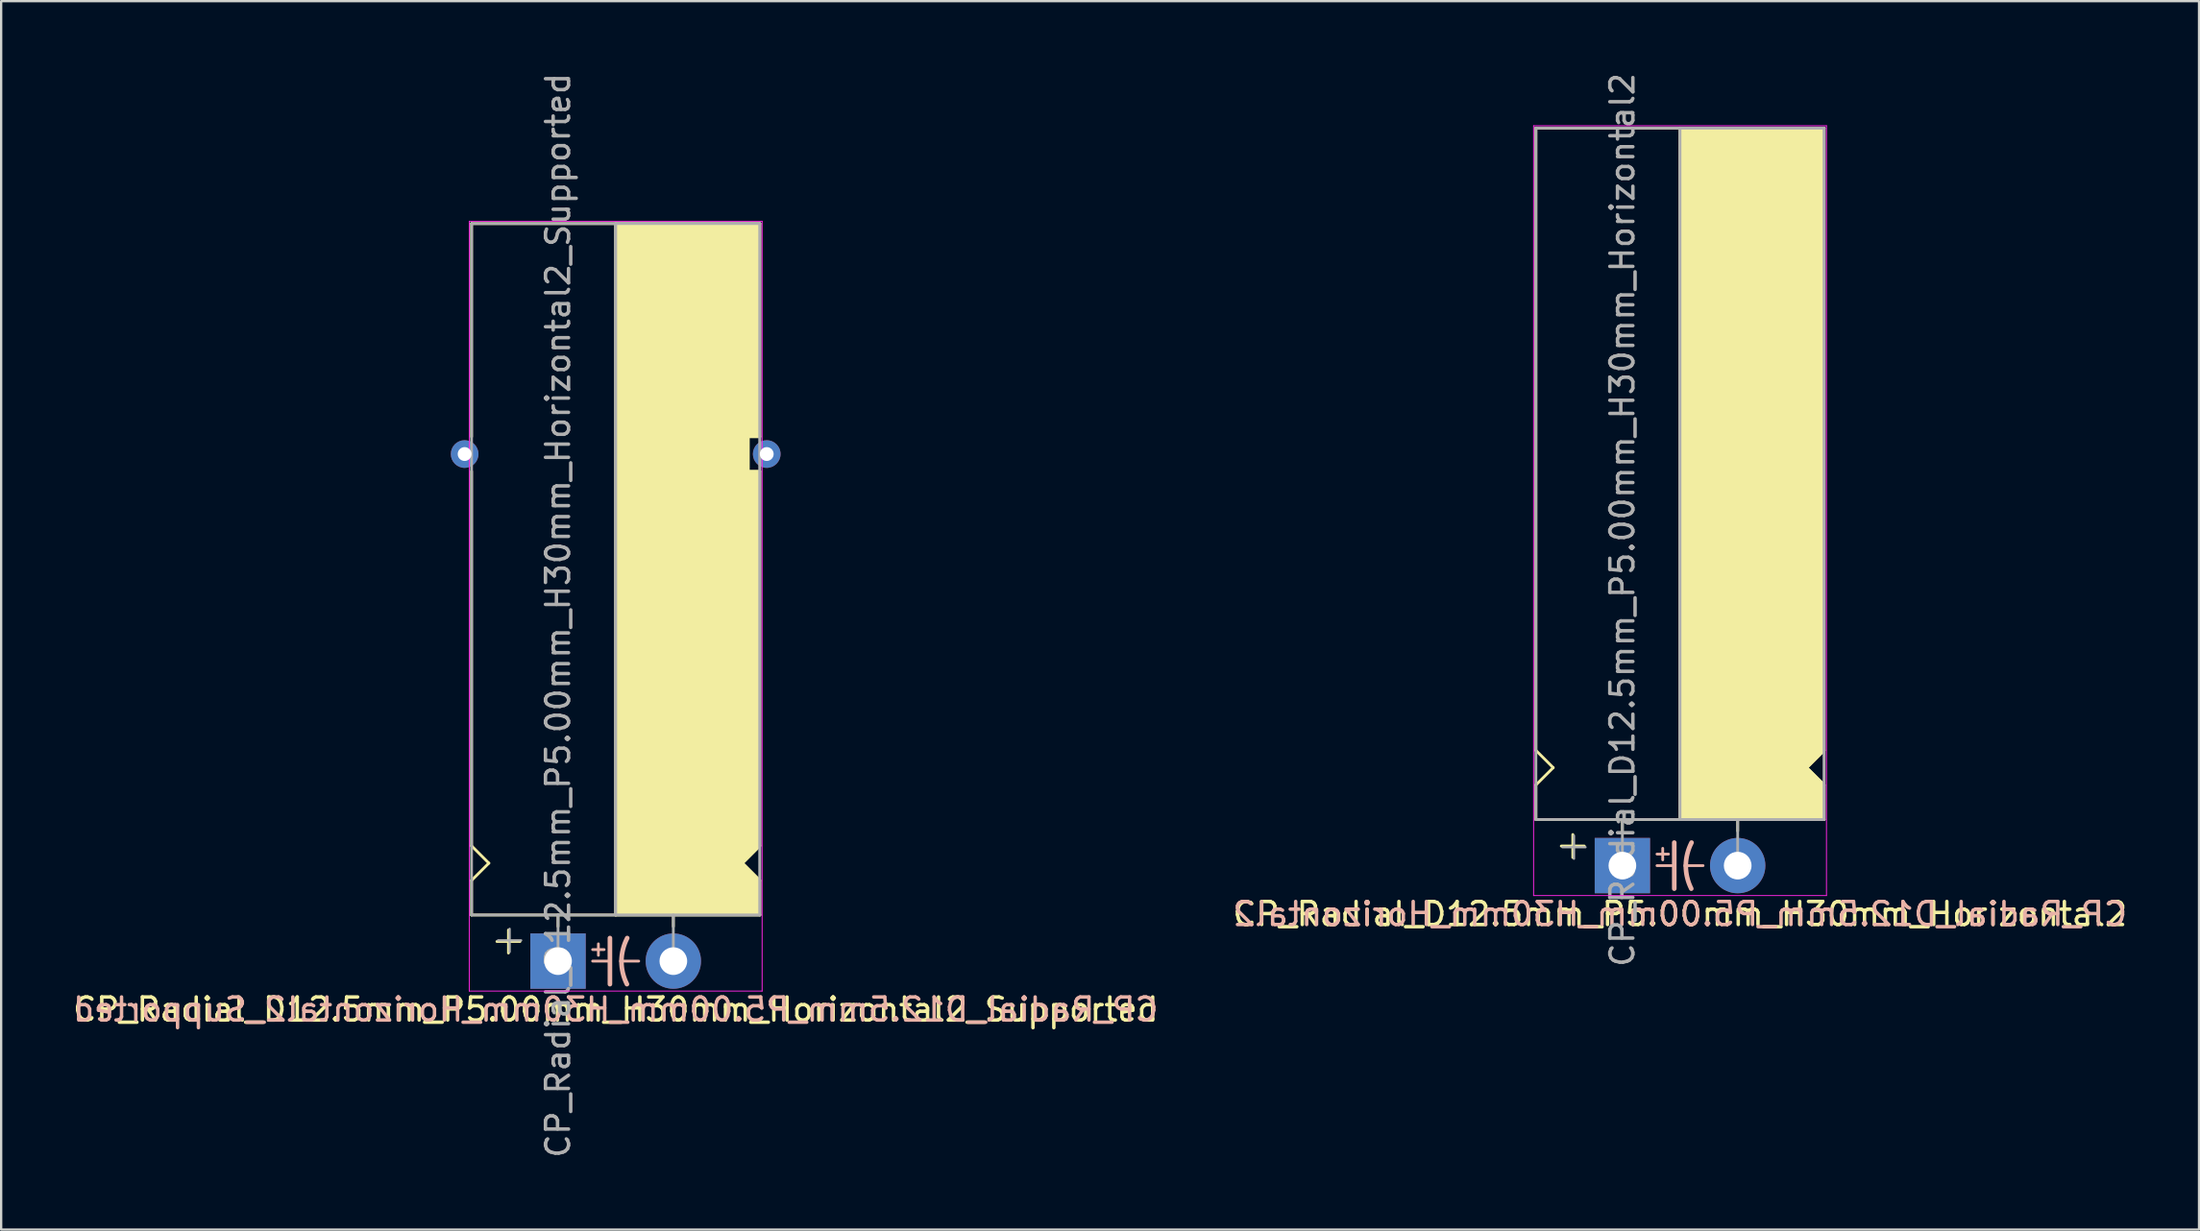
<source format=kicad_pcb>
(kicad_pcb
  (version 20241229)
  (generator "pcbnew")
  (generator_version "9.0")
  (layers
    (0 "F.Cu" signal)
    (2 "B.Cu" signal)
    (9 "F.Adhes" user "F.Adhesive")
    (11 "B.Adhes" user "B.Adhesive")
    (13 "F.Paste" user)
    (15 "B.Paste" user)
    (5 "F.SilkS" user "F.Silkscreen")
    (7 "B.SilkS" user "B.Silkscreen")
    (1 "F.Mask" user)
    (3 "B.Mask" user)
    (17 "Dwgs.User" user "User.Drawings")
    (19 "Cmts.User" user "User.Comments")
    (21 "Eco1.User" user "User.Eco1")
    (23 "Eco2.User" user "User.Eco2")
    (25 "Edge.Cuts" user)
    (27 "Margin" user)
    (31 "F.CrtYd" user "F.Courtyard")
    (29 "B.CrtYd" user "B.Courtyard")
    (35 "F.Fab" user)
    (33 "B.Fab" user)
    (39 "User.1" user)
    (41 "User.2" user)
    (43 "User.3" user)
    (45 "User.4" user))
  (footprint "CP_Radial_D12.5mm_P5.00mm_H30mm_Horizontal2_Supported"
    (layer "F.Cu")
    (at 21.149 38.649)
    (property "Reference" "CP_Radial_D12.5mm_P5.00mm_H30mm_Horizontal2_Supported" (at 2.5 2.1 180) (layer "F.SilkS") (effects (font (size 1 1) (thickness 0.15))))
    (fp_line (start -3.75 -32) (end -3.75 -22.75) (stroke (width 0.12) (type solid)) (layer "F.SilkS"))
    (fp_line (start -3.75 -5) (end -3.75 -21.25) (stroke (width 0.12) (type solid)) (layer "F.SilkS"))
    (fp_line (start -3.75 -3.5) (end -3 -4.25) (stroke (width 0.12) (type solid)) (layer "F.SilkS"))
    (fp_line (start -3.75 -2) (end -3.75 -3.5) (stroke (width 0.12) (type solid)) (layer "F.SilkS"))
    (fp_line (start -3 -4.25) (end -3.75 -5) (stroke (width 0.12) (type solid)) (layer "F.SilkS"))
    (fp_line (start -2.15 -1.35) (end -2.15 -0.35) (stroke (width 0.12) (type solid)) (layer "F.SilkS"))
    (fp_line (start -1.65 -0.85) (end -2.65 -0.85) (stroke (width 0.12) (type solid)) (layer "F.SilkS"))
    (fp_line (start 0 -1.5) (end 0 -2) (stroke (width 0.12) (type solid)) (layer "F.SilkS"))
    (fp_line (start 2.5 -2) (end -3.75 -2) (stroke (width 0.12) (type solid)) (layer "F.SilkS"))
    (fp_line (start 2.5 -2) (end 2.5 -32) (stroke (width 0.12) (type solid)) (layer "F.SilkS"))
    (fp_line (start 2.5 -2) (end 8.75 -2) (stroke (width 0.12) (type solid)) (layer "F.SilkS"))
    (fp_line (start 5 -1.5) (end 5 -2) (stroke (width 0.12) (type solid)) (layer "F.SilkS"))
    (fp_line (start 8 -4.25) (end 8.75 -5) (stroke (width 0.12) (type solid)) (layer "F.SilkS"))
    (fp_line (start 8.25 -22.75) (end 8.25 -21.25) (stroke (width 0.12) (type solid)) (layer "F.SilkS"))
    (fp_line (start 8.25 -21.25) (end 8.75 -21.25) (stroke (width 0.12) (type solid)) (layer "F.SilkS"))
    (fp_line (start 8.75 -32) (end -3.75 -32) (stroke (width 0.12) (type solid)) (layer "F.SilkS"))
    (fp_line (start 8.75 -32) (end 8.75 -22.75) (stroke (width 0.12) (type solid)) (layer "F.SilkS"))
    (fp_line (start 8.75 -22.75) (end 8.25 -22.75) (stroke (width 0.12) (type solid)) (layer "F.SilkS"))
    (fp_line (start 8.75 -5) (end 8.75 -21.25) (stroke (width 0.12) (type solid)) (layer "F.SilkS"))
    (fp_line (start 8.75 -3.5) (end 8 -4.25) (stroke (width 0.12) (type solid)) (layer "F.SilkS"))
    (fp_line (start 8.75 -2) (end 8.75 -3.5) (stroke (width 0.12) (type solid)) (layer "F.SilkS"))
    (fp_poly (pts (xy 8.75 -3.5) (xy 8 -4.25) (xy 8.75 -5) (xy 8.75 -21.25) (xy 8.25 -21.25) (xy 8.25 -22.75) (xy 8.75 -22.75) (xy 8.75 -32) (xy 2.5 -32) (xy 2.5 -2) (xy 8.75 -2)) (stroke (width 0.1) (type solid)) (fill yes) (layer "F.SilkS"))
    (fp_line (start 1.5 -0.5) (end 2 -0.5) (stroke (width 0.12) (type solid)) (layer "B.SilkS"))
    (fp_line (start 1.5 0) (end 2.25 0) (stroke (width 0.12) (type solid)) (layer "B.SilkS"))
    (fp_line (start 1.75 -0.75) (end 1.75 -0.25) (stroke (width 0.12) (type solid)) (layer "B.SilkS"))
    (fp_line (start 2.25 1) (end 2.25 -1) (stroke (width 0.2) (type solid)) (layer "B.SilkS"))
    (fp_line (start 3.5 0) (end 2.75 0) (stroke (width 0.12) (type solid)) (layer "B.SilkS"))
    (fp_arc (start 2.75 0) (mid 2.816707 -0.514573) (end 3 -1) (stroke (width 0.2) (type solid)) (layer "B.SilkS"))
    (fp_arc (start 2.987539 1) (mid 2.810247 0.513901) (end 2.75 0) (stroke (width 0.2) (type solid)) (layer "B.SilkS"))
    (fp_line (start -3.85 -32.1) (end -3.85 1.3) (stroke (width 0.04) (type solid)) (layer "F.CrtYd"))
    (fp_line (start 8.85 -32.1) (end -3.85 -32.1) (stroke (width 0.04) (type solid)) (layer "F.CrtYd"))
    (fp_line (start 8.85 1.3) (end -3.85 1.3) (stroke (width 0.04) (type solid)) (layer "F.CrtYd"))
    (fp_line (start 8.85 1.3) (end 8.85 -32.1) (stroke (width 0.04) (type solid)) (layer "F.CrtYd"))
    (fp_line (start -3.75 -32) (end 8.75 -32) (stroke (width 0.12) (type solid)) (layer "F.Fab"))
    (fp_line (start -3.75 -2) (end -3.75 -32) (stroke (width 0.12) (type solid)) (layer "F.Fab"))
    (fp_line (start -2.6 -0.9) (end -1.6 -0.9) (stroke (width 0.1) (type solid)) (layer "F.Fab"))
    (fp_line (start -2.1 -0.4) (end -2.1 -1.4) (stroke (width 0.1) (type solid)) (layer "F.Fab"))
    (fp_line (start 0 -2) (end -3.75 -2) (stroke (width 0.12) (type solid)) (layer "F.Fab"))
    (fp_line (start 0 0) (end 0 -2) (stroke (width 0.12) (type solid)) (layer "F.Fab"))
    (fp_line (start 2.5 -2) (end 2.5 -32) (stroke (width 0.12) (type solid)) (layer "F.Fab"))
    (fp_line (start 5 -2) (end 5 0) (stroke (width 0.12) (type solid)) (layer "F.Fab"))
    (fp_line (start 8.75 -32) (end 8.75 -2) (stroke (width 0.12) (type solid)) (layer "F.Fab"))
    (fp_line (start 8.75 -2) (end 0 -2) (stroke (width 0.12) (type solid)) (layer "F.Fab"))
    (fp_poly (pts (xy 8.75 -32) (xy 2.5 -32) (xy 2.5 -2) (xy 8.75 -2)) (stroke (width 0.1) (type solid)) (fill no) (layer "F.Fab"))
    (fp_text user "${REFERENCE}" (at 2.5 2.1 0) (layer "B.SilkS") (effects (font (size 1 1) (thickness 0.15)) (justify mirror)))
    (fp_text user "${REFERENCE}" (at 0 -15 90) (layer "F.Fab") (effects (font (size 1 1) (thickness 0.15))))
    (pad "1" thru_hole rect (at 0 0) (size 2.4 2.4) (drill 1.2) (layers "*.Cu" "*.Mask"))
    (pad "2" thru_hole circle (at 5 0) (size 2.4 2.4) (drill 1.2) (layers "*.Cu" "*.Mask"))
    (pad "~" thru_hole circle (at -4.05 -22 180) (size 1.2 1.2) (drill 0.6) (layers "*.Cu" "*.Mask"))
    (pad "~" thru_hole circle (at 9.05 -22 180) (size 1.2 1.2) (drill 0.6) (layers "*.Cu" "*.Mask")))
  (footprint "CP_Radial_D12.5mm_P5.00mm_H30mm_Horizontal2"
    (layer "F.Cu")
    (at 67.304 34.506)
    (property "Reference" "CP_Radial_D12.5mm_P5.00mm_H30mm_Horizontal2" (at 2.5 2.1 180) (layer "F.SilkS") (effects (font (size 1 1) (thickness 0.15))))
    (fp_line (start -3.75 -5) (end -3.75 -32) (stroke (width 0.12) (type solid)) (layer "F.SilkS"))
    (fp_line (start -3.75 -3.5) (end -3 -4.25) (stroke (width 0.12) (type solid)) (layer "F.SilkS"))
    (fp_line (start -3.75 -2) (end -3.75 -3.5) (stroke (width 0.12) (type solid)) (layer "F.SilkS"))
    (fp_line (start -3 -4.25) (end -3.75 -5) (stroke (width 0.12) (type solid)) (layer "F.SilkS"))
    (fp_line (start -2.15 -1.35) (end -2.15 -0.35) (stroke (width 0.12) (type solid)) (layer "F.SilkS"))
    (fp_line (start -1.65 -0.85) (end -2.65 -0.85) (stroke (width 0.12) (type solid)) (layer "F.SilkS"))
    (fp_line (start 0 -1.5) (end 0 -2) (stroke (width 0.12) (type solid)) (layer "F.SilkS"))
    (fp_line (start 2.5 -2) (end -3.75 -2) (stroke (width 0.12) (type solid)) (layer "F.SilkS"))
    (fp_line (start 2.5 -2) (end 2.5 -32) (stroke (width 0.12) (type solid)) (layer "F.SilkS"))
    (fp_line (start 2.5 -2) (end 8.75 -2) (stroke (width 0.12) (type solid)) (layer "F.SilkS"))
    (fp_line (start 5 -1.5) (end 5 -2) (stroke (width 0.12) (type solid)) (layer "F.SilkS"))
    (fp_line (start 8 -4.25) (end 8.75 -5) (stroke (width 0.12) (type solid)) (layer "F.SilkS"))
    (fp_line (start 8.75 -32) (end -3.75 -32) (stroke (width 0.12) (type solid)) (layer "F.SilkS"))
    (fp_line (start 8.75 -5) (end 8.75 -32) (stroke (width 0.12) (type solid)) (layer "F.SilkS"))
    (fp_line (start 8.75 -3.5) (end 8 -4.25) (stroke (width 0.12) (type solid)) (layer "F.SilkS"))
    (fp_line (start 8.75 -2) (end 8.75 -3.5) (stroke (width 0.12) (type solid)) (layer "F.SilkS"))
    (fp_poly (pts (xy 8.75 -3.5) (xy 8 -4.25) (xy 8.75 -5) (xy 8.75 -32) (xy 2.5 -32) (xy 2.5 -2) (xy 8.75 -2)) (stroke (width 0.1) (type solid)) (fill yes) (layer "F.SilkS"))
    (fp_line (start 1.5 -0.5) (end 2 -0.5) (stroke (width 0.12) (type solid)) (layer "B.SilkS"))
    (fp_line (start 1.5 0) (end 2.25 0) (stroke (width 0.12) (type solid)) (layer "B.SilkS"))
    (fp_line (start 1.75 -0.75) (end 1.75 -0.25) (stroke (width 0.12) (type solid)) (layer "B.SilkS"))
    (fp_line (start 2.25 1) (end 2.25 -1) (stroke (width 0.2) (type solid)) (layer "B.SilkS"))
    (fp_line (start 3.5 0) (end 2.75 0) (stroke (width 0.12) (type solid)) (layer "B.SilkS"))
    (fp_arc (start 2.75 0) (mid 2.816707 -0.514573) (end 3 -1) (stroke (width 0.2) (type solid)) (layer "B.SilkS"))
    (fp_arc (start 2.987539 1) (mid 2.810247 0.513901) (end 2.75 0) (stroke (width 0.2) (type solid)) (layer "B.SilkS"))
    (fp_line (start -3.85 -32.1) (end -3.85 1.3) (stroke (width 0.04) (type solid)) (layer "F.CrtYd"))
    (fp_line (start 8.85 -32.1) (end -3.85 -32.1) (stroke (width 0.04) (type solid)) (layer "F.CrtYd"))
    (fp_line (start 8.85 1.3) (end -3.85 1.3) (stroke (width 0.04) (type solid)) (layer "F.CrtYd"))
    (fp_line (start 8.85 1.3) (end 8.85 -32.1) (stroke (width 0.04) (type solid)) (layer "F.CrtYd"))
    (fp_line (start -3.75 -32) (end 8.75 -32) (stroke (width 0.12) (type solid)) (layer "F.Fab"))
    (fp_line (start -3.75 -2) (end -3.75 -32) (stroke (width 0.12) (type solid)) (layer "F.Fab"))
    (fp_line (start -2.6 -0.8) (end -1.6 -0.8) (stroke (width 0.1) (type solid)) (layer "F.Fab"))
    (fp_line (start -2.1 -0.3) (end -2.1 -1.3) (stroke (width 0.1) (type solid)) (layer "F.Fab"))
    (fp_line (start 0 -2) (end -3.75 -2) (stroke (width 0.12) (type solid)) (layer "F.Fab"))
    (fp_line (start 0 0) (end 0 -2) (stroke (width 0.12) (type solid)) (layer "F.Fab"))
    (fp_line (start 2.5 -2) (end 2.5 -32) (stroke (width 0.12) (type solid)) (layer "F.Fab"))
    (fp_line (start 5 -2) (end 5 0) (stroke (width 0.12) (type solid)) (layer "F.Fab"))
    (fp_line (start 8.75 -32) (end 8.75 -2) (stroke (width 0.12) (type solid)) (layer "F.Fab"))
    (fp_line (start 8.75 -2) (end 0 -2) (stroke (width 0.12) (type solid)) (layer "F.Fab"))
    (fp_poly (pts (xy 8.75 -32) (xy 2.5 -32) (xy 2.5 -2) (xy 8.75 -2)) (stroke (width 0.1) (type solid)) (fill no) (layer "F.Fab"))
    (fp_text user "${REFERENCE}" (at 2.5 2.1 0) (layer "B.SilkS") (effects (font (size 1 1) (thickness 0.15)) (justify mirror)))
    (fp_text user "${REFERENCE}" (at 0 -15 90) (layer "F.Fab") (effects (font (size 1 1) (thickness 0.15))))
    (pad "1" thru_hole rect (at 0 0) (size 2.4 2.4) (drill 1.2) (layers "*.Cu" "*.Mask"))
    (pad "2" thru_hole circle (at 5 0) (size 2.4 2.4) (drill 1.2) (layers "*.Cu" "*.Mask")))
  (gr_rect
    (start -3 -3)
    (end 92.31 50.298)
    (stroke (width 0.1) (type default))
    (fill no)
    (layer "Edge.Cuts")))
</source>
